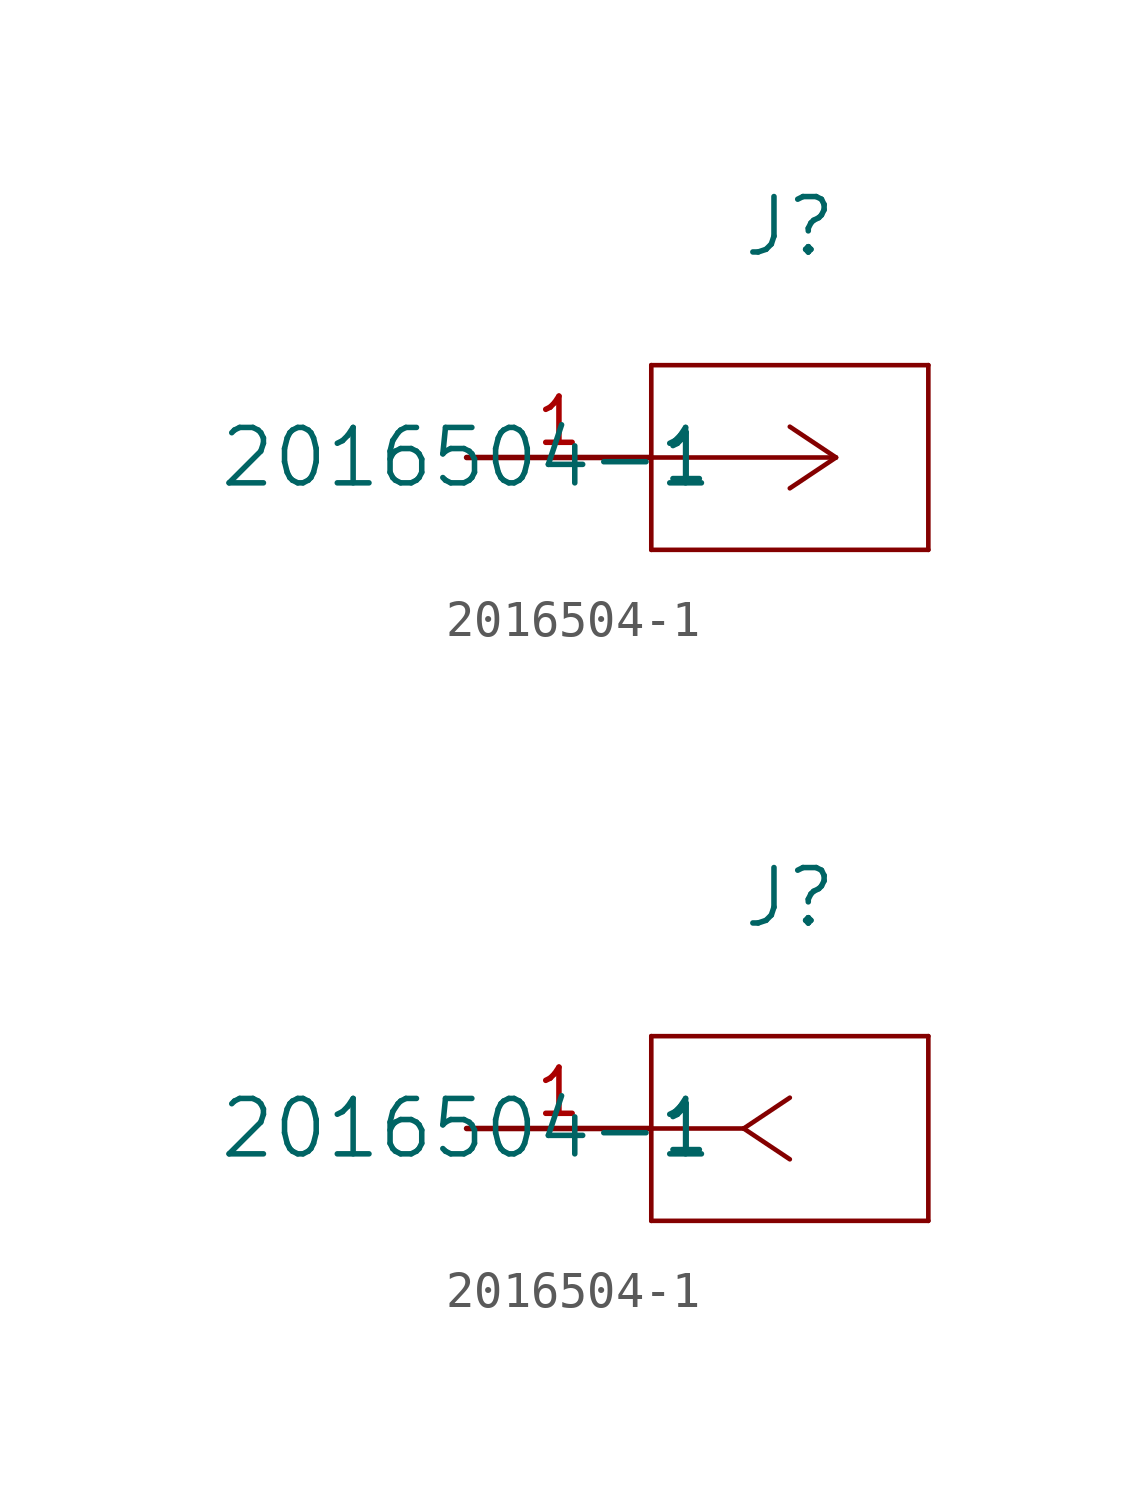
<source format=kicad_sym>
(kicad_symbol_lib
  (version 20211014)
  (generator kicad_symbol_editor)
  (symbol "2016504-1"
    (pin_names
      (offset 0.254))
    (property "Reference" "J"
      (at 8.89 6.35 0)
      (effects (font (size 1.524 1.524))))
    (property "Value" "2016504-1"
      (at 0 0 0)
      (effects (font (size 1.524 1.524))))
    (symbol "2016504-1_1_1"
      (polyline (pts (xy 10.16 0) (xy 5.08 0)) (stroke (width 0.127) (type default) (color 0 0 0 0)) (fill (type none)))
      (polyline (pts (xy 10.16 0) (xy 8.89 0.847)) (stroke (width 0.127) (type default) (color 0 0 0 0)) (fill (type none)))
      (polyline (pts (xy 10.16 0) (xy 8.89 -0.847)) (stroke (width 0.127) (type default) (color 0 0 0 0)) (fill (type none)))
      (polyline (pts (xy 5.08 2.54) (xy 5.08 -2.54)) (stroke (width 0.127) (type default) (color 0 0 0 0)) (fill (type none)))
      (polyline (pts (xy 5.08 -2.54) (xy 12.7 -2.54)) (stroke (width 0.127) (type default) (color 0 0 0 0)) (fill (type none)))
      (polyline (pts (xy 12.7 -2.54) (xy 12.7 2.54)) (stroke (width 0.127) (type default) (color 0 0 0 0)) (fill (type none)))
      (polyline (pts (xy 12.7 2.54) (xy 5.08 2.54)) (stroke (width 0.127) (type default) (color 0 0 0 0)) (fill (type none)))
      (pin unspecified line (at 0 0 0) (length 5.08) (name "1" (effects (font (size 1.27 1.27)))) (number "1" (effects (font (size 1.27 1.27))))))
    (symbol "2016504-1_1_2"
      (polyline (pts (xy 7.62 0) (xy 5.08 0)) (stroke (width 0.127) (type default) (color 0 0 0 0)) (fill (type none)))
      (polyline (pts (xy 7.62 0) (xy 8.89 0.847)) (stroke (width 0.127) (type default) (color 0 0 0 0)) (fill (type none)))
      (polyline (pts (xy 7.62 0) (xy 8.89 -0.847)) (stroke (width 0.127) (type default) (color 0 0 0 0)) (fill (type none)))
      (polyline (pts (xy 5.08 2.54) (xy 5.08 -2.54)) (stroke (width 0.127) (type default) (color 0 0 0 0)) (fill (type none)))
      (polyline (pts (xy 5.08 -2.54) (xy 12.7 -2.54)) (stroke (width 0.127) (type default) (color 0 0 0 0)) (fill (type none)))
      (polyline (pts (xy 12.7 -2.54) (xy 12.7 2.54)) (stroke (width 0.127) (type default) (color 0 0 0 0)) (fill (type none)))
      (polyline (pts (xy 12.7 2.54) (xy 5.08 2.54)) (stroke (width 0.127) (type default) (color 0 0 0 0)) (fill (type none)))
      (pin unspecified line (at 0 0 0) (length 5.08) (name "1" (effects (font (size 1.27 1.27)))) (number "1" (effects (font (size 1.27 1.27))))))))
</source>
